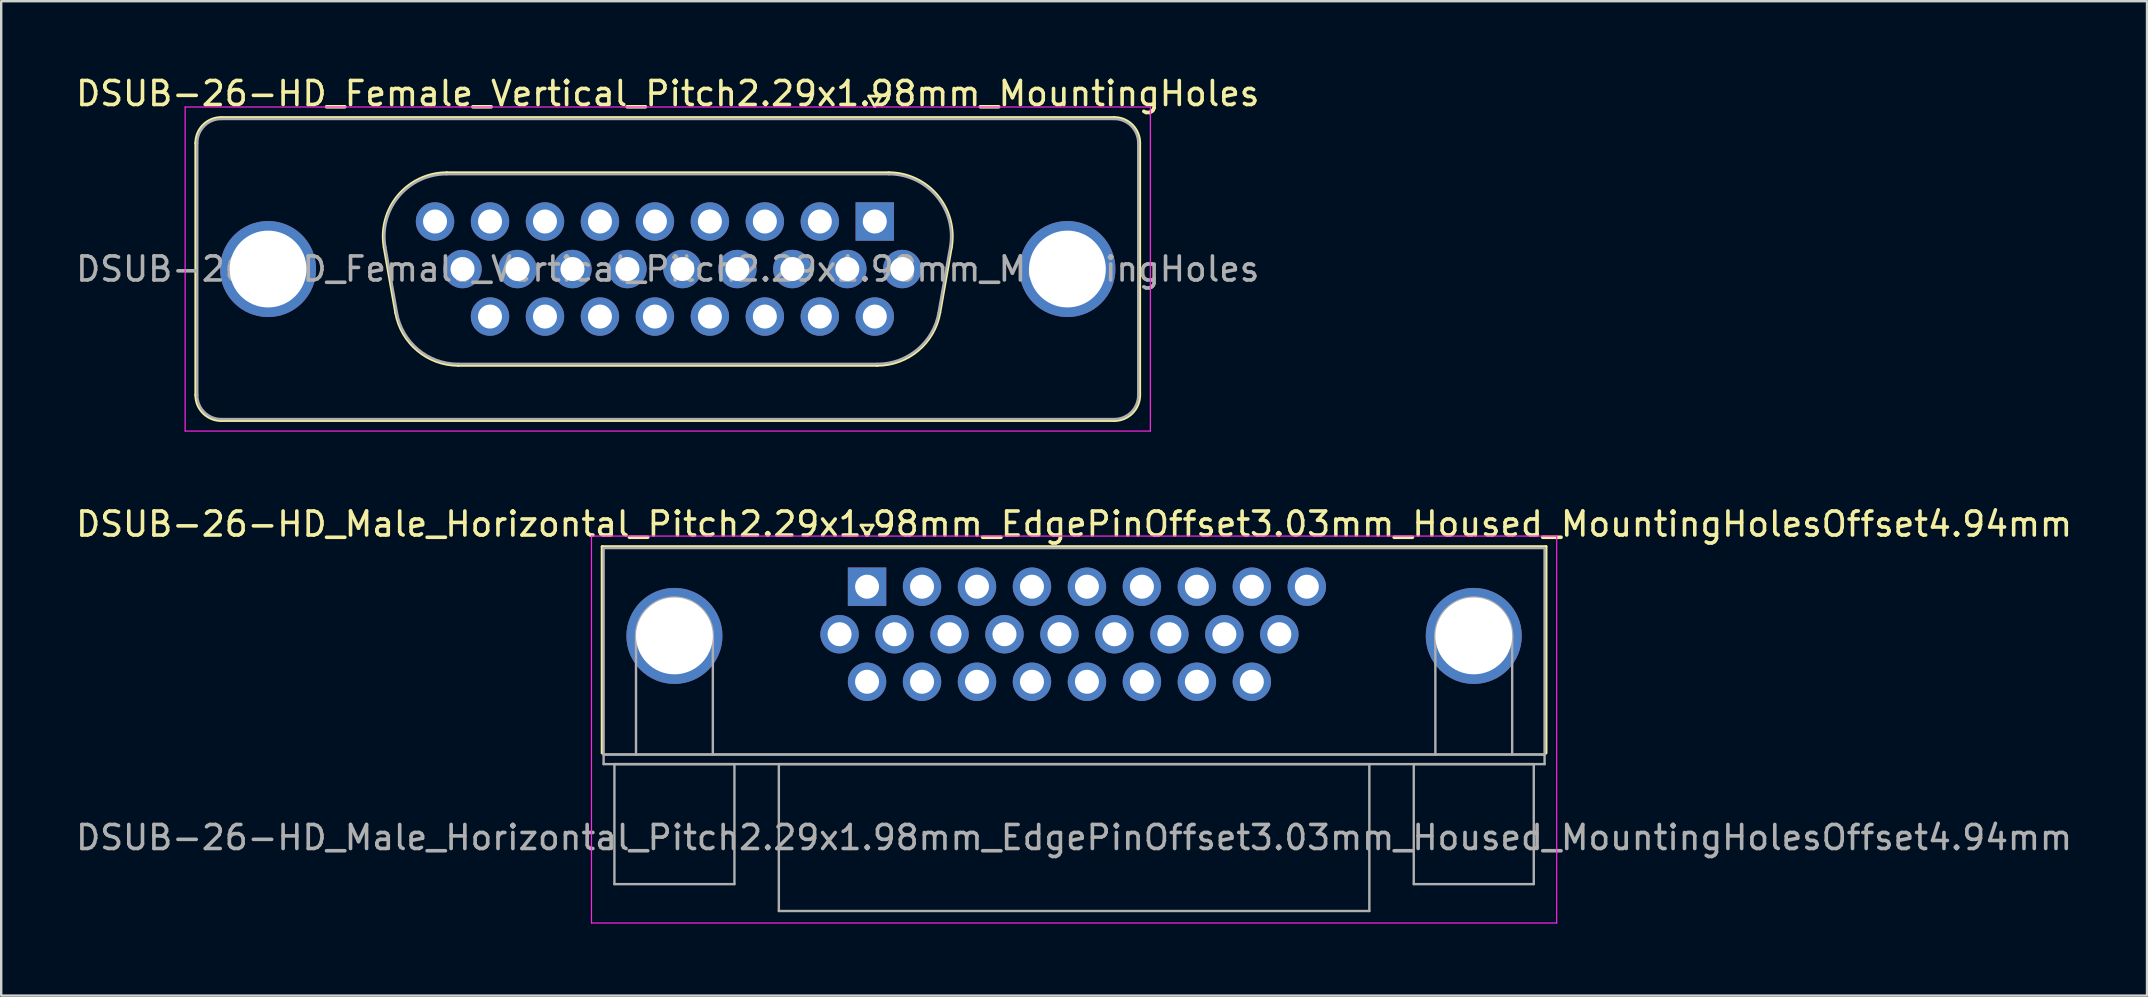
<source format=kicad_pcb>
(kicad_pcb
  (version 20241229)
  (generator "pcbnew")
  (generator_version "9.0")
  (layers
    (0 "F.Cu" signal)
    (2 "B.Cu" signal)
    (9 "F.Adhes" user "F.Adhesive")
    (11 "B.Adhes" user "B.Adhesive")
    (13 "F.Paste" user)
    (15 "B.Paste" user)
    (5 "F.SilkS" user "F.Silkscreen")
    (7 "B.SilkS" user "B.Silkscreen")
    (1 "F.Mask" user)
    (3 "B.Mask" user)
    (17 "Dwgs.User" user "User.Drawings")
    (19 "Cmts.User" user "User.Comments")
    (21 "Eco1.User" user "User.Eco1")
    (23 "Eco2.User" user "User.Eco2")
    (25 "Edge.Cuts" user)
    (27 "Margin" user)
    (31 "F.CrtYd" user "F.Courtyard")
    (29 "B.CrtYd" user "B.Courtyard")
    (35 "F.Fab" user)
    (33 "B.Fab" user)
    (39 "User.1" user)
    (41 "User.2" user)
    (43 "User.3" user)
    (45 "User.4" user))
  (footprint "DSUB-26-HD_Female_Vertical_Pitch2.29x1.98mm_MountingHoles"
    (layer "F.Cu")
    (at 33.393 6.178)
    (property "Reference" "DSUB-26-HD_Female_Vertical_Pitch2.29x1.98mm_MountingHoles" (at -8.625 -5.33 0) (layer "F.SilkS") (effects (font (size 1 1) (thickness 0.15))))
    (attr through_hole)
    (fp_line (start -28.285 7.23) (end -28.285 -3.27) (stroke (width 0.12) (type solid)) (layer "F.SilkS"))
    (fp_line (start -27.225 -4.33) (end 9.975 -4.33) (stroke (width 0.12) (type solid)) (layer "F.SilkS"))
    (fp_line (start -20.437 1.08) (end -19.957 3.8) (stroke (width 0.12) (type solid)) (layer "F.SilkS"))
    (fp_line (start -17.827 -2.03) (end 0.577 -2.03) (stroke (width 0.12) (type solid)) (layer "F.SilkS"))
    (fp_line (start -17.347 5.99) (end 0.097 5.99) (stroke (width 0.12) (type solid)) (layer "F.SilkS"))
    (fp_line (start -0.25 -5.224) (end 0.25 -5.224) (stroke (width 0.12) (type solid)) (layer "F.SilkS"))
    (fp_line (start 0 -4.791) (end -0.25 -5.224) (stroke (width 0.12) (type solid)) (layer "F.SilkS"))
    (fp_line (start 0.25 -5.224) (end 0 -4.791) (stroke (width 0.12) (type solid)) (layer "F.SilkS"))
    (fp_line (start 3.187 1.08) (end 2.707 3.8) (stroke (width 0.12) (type solid)) (layer "F.SilkS"))
    (fp_line (start 9.975 8.29) (end -27.225 8.29) (stroke (width 0.12) (type solid)) (layer "F.SilkS"))
    (fp_line (start 11.035 -3.27) (end 11.035 7.23) (stroke (width 0.12) (type solid)) (layer "F.SilkS"))
    (fp_arc (start -28.285 -3.27) (mid -27.974533 -4.019533) (end -27.225 -4.33) (stroke (width 0.12) (type solid)) (layer "F.SilkS"))
    (fp_arc (start -27.225 8.29) (mid -27.974533 7.979533) (end -28.285 7.23) (stroke (width 0.12) (type solid)) (layer "F.SilkS"))
    (fp_arc (start -20.436594 1.080168) (mid -19.856871 -1.083387) (end -17.826853 -2.03) (stroke (width 0.12) (type solid)) (layer "F.SilkS"))
    (fp_arc (start -17.347244 5.99) (mid -19.050631 5.370018) (end -19.956985 3.800168) (stroke (width 0.12) (type solid)) (layer "F.SilkS"))
    (fp_arc (start 0.576853 -2.03) (mid 2.606871 -1.083387) (end 3.186594 1.080168) (stroke (width 0.12) (type solid)) (layer "F.SilkS"))
    (fp_arc (start 2.706985 3.800168) (mid 1.800631 5.370018) (end 0.097244 5.99) (stroke (width 0.12) (type solid)) (layer "F.SilkS"))
    (fp_arc (start 9.975 -4.33) (mid 10.724533 -4.019533) (end 11.035 -3.27) (stroke (width 0.12) (type solid)) (layer "F.SilkS"))
    (fp_arc (start 11.035 7.23) (mid 10.724533 7.979533) (end 9.975 8.29) (stroke (width 0.12) (type solid)) (layer "F.SilkS"))
    (fp_line (start -28.73 -4.77) (end -28.73 8.73) (stroke (width 0.05) (type solid)) (layer "F.CrtYd"))
    (fp_line (start -28.73 8.73) (end 11.48 8.73) (stroke (width 0.05) (type solid)) (layer "F.CrtYd"))
    (fp_line (start 11.48 -4.77) (end -28.73 -4.77) (stroke (width 0.05) (type solid)) (layer "F.CrtYd"))
    (fp_line (start 11.48 8.73) (end 11.48 -4.77) (stroke (width 0.05) (type solid)) (layer "F.CrtYd"))
    (fp_line (start -28.225 7.23) (end -28.225 -3.27) (stroke (width 0.1) (type solid)) (layer "F.Fab"))
    (fp_line (start -27.225 -4.27) (end 9.975 -4.27) (stroke (width 0.1) (type solid)) (layer "F.Fab"))
    (fp_line (start -20.389 1.07) (end -19.909 3.79) (stroke (width 0.1) (type solid)) (layer "F.Fab"))
    (fp_line (start -17.838 -1.97) (end 0.588 -1.97) (stroke (width 0.1) (type solid)) (layer "F.Fab"))
    (fp_line (start -17.359 5.93) (end 0.109 5.93) (stroke (width 0.1) (type solid)) (layer "F.Fab"))
    (fp_line (start 3.139 1.07) (end 2.659 3.79) (stroke (width 0.1) (type solid)) (layer "F.Fab"))
    (fp_line (start 9.975 8.23) (end -27.225 8.23) (stroke (width 0.1) (type solid)) (layer "F.Fab"))
    (fp_line (start 10.975 -3.27) (end 10.975 7.23) (stroke (width 0.1) (type solid)) (layer "F.Fab"))
    (fp_arc (start -28.225 -3.27) (mid -27.932107 -3.977107) (end -27.225 -4.27) (stroke (width 0.1) (type solid)) (layer "F.Fab"))
    (fp_arc (start -27.225 8.23) (mid -27.932107 7.937107) (end -28.225 7.23) (stroke (width 0.1) (type solid)) (layer "F.Fab"))
    (fp_arc (start -20.38901 1.069749) (mid -19.822413 -1.04482) (end -17.838358 -1.97) (stroke (width 0.1) (type solid)) (layer "F.Fab"))
    (fp_arc (start -17.358749 5.93) (mid -19.023569 5.324055) (end -19.909401 3.789749) (stroke (width 0.1) (type solid)) (layer "F.Fab"))
    (fp_arc (start 0.588358 -1.97) (mid 2.572413 -1.04482) (end 3.13901 1.069749) (stroke (width 0.1) (type solid)) (layer "F.Fab"))
    (fp_arc (start 2.659401 3.789749) (mid 1.773569 5.324055) (end 0.108749 5.93) (stroke (width 0.1) (type solid)) (layer "F.Fab"))
    (fp_arc (start 9.975 -4.27) (mid 10.682107 -3.977107) (end 10.975 -3.27) (stroke (width 0.1) (type solid)) (layer "F.Fab"))
    (fp_arc (start 10.975 7.23) (mid 10.682107 7.937107) (end 9.975 8.23) (stroke (width 0.1) (type solid)) (layer "F.Fab"))
    (fp_text user "${REFERENCE}" (at -8.625 1.98 0) (layer "F.Fab") (effects (font (size 1 1) (thickness 0.15))))
    (pad "0" thru_hole circle (at -25.275 1.98) (size 4 4) (drill 3.2) (layers "*.Cu" "*.Mask"))
    (pad "0" thru_hole circle (at 8.025 1.98) (size 4 4) (drill 3.2) (layers "*.Cu" "*.Mask"))
    (pad "1" thru_hole rect (at 0 0) (size 1.6 1.6) (drill 1) (layers "*.Cu" "*.Mask"))
    (pad "2" thru_hole circle (at -2.29 0) (size 1.6 1.6) (drill 1) (layers "*.Cu" "*.Mask"))
    (pad "3" thru_hole circle (at -4.58 0) (size 1.6 1.6) (drill 1) (layers "*.Cu" "*.Mask"))
    (pad "4" thru_hole circle (at -6.87 0) (size 1.6 1.6) (drill 1) (layers "*.Cu" "*.Mask"))
    (pad "5" thru_hole circle (at -9.16 0) (size 1.6 1.6) (drill 1) (layers "*.Cu" "*.Mask"))
    (pad "6" thru_hole circle (at -11.45 0) (size 1.6 1.6) (drill 1) (layers "*.Cu" "*.Mask"))
    (pad "7" thru_hole circle (at -13.74 0) (size 1.6 1.6) (drill 1) (layers "*.Cu" "*.Mask"))
    (pad "8" thru_hole circle (at -16.03 0) (size 1.6 1.6) (drill 1) (layers "*.Cu" "*.Mask"))
    (pad "9" thru_hole circle (at -18.32 0) (size 1.6 1.6) (drill 1) (layers "*.Cu" "*.Mask"))
    (pad "10" thru_hole circle (at 1.145 1.98) (size 1.6 1.6) (drill 1) (layers "*.Cu" "*.Mask"))
    (pad "11" thru_hole circle (at -1.145 1.98) (size 1.6 1.6) (drill 1) (layers "*.Cu" "*.Mask"))
    (pad "12" thru_hole circle (at -3.435 1.98) (size 1.6 1.6) (drill 1) (layers "*.Cu" "*.Mask"))
    (pad "13" thru_hole circle (at -5.725 1.98) (size 1.6 1.6) (drill 1) (layers "*.Cu" "*.Mask"))
    (pad "14" thru_hole circle (at -8.015 1.98) (size 1.6 1.6) (drill 1) (layers "*.Cu" "*.Mask"))
    (pad "15" thru_hole circle (at -10.305 1.98) (size 1.6 1.6) (drill 1) (layers "*.Cu" "*.Mask"))
    (pad "16" thru_hole circle (at -12.595 1.98) (size 1.6 1.6) (drill 1) (layers "*.Cu" "*.Mask"))
    (pad "17" thru_hole circle (at -14.885 1.98) (size 1.6 1.6) (drill 1) (layers "*.Cu" "*.Mask"))
    (pad "18" thru_hole circle (at -17.175 1.98) (size 1.6 1.6) (drill 1) (layers "*.Cu" "*.Mask"))
    (pad "19" thru_hole circle (at 0 3.96) (size 1.6 1.6) (drill 1) (layers "*.Cu" "*.Mask"))
    (pad "20" thru_hole circle (at -2.29 3.96) (size 1.6 1.6) (drill 1) (layers "*.Cu" "*.Mask"))
    (pad "21" thru_hole circle (at -4.58 3.96) (size 1.6 1.6) (drill 1) (layers "*.Cu" "*.Mask"))
    (pad "22" thru_hole circle (at -6.87 3.96) (size 1.6 1.6) (drill 1) (layers "*.Cu" "*.Mask"))
    (pad "23" thru_hole circle (at -9.16 3.96) (size 1.6 1.6) (drill 1) (layers "*.Cu" "*.Mask"))
    (pad "24" thru_hole circle (at -11.45 3.96) (size 1.6 1.6) (drill 1) (layers "*.Cu" "*.Mask"))
    (pad "25" thru_hole circle (at -13.74 3.96) (size 1.6 1.6) (drill 1) (layers "*.Cu" "*.Mask"))
    (pad "26" thru_hole circle (at -16.03 3.96) (size 1.6 1.6) (drill 1) (layers "*.Cu" "*.Mask")))
  (footprint "DSUB-26-HD_Male_Horizontal_Pitch2.29x1.98mm_EdgePinOffset3.03mm_Housed_MountingHolesOffset4.94mm"
    (layer "F.Cu")
    (at 33.071 21.392)
    (property "Reference" "DSUB-26-HD_Male_Horizontal_Pitch2.29x1.98mm_EdgePinOffset3.03mm_Housed_MountingHolesOffset4.94mm" (at 8.625 -2.61 0) (layer "F.SilkS") (effects (font (size 1 1) (thickness 0.15))))
    (attr through_hole)
    (fp_line (start -11.035 -1.67) (end 28.285 -1.67) (stroke (width 0.12) (type solid)) (layer "F.SilkS"))
    (fp_line (start -11.035 6.93) (end -11.035 -1.67) (stroke (width 0.12) (type solid)) (layer "F.SilkS"))
    (fp_line (start -0.25 -2.564) (end 0.25 -2.564) (stroke (width 0.12) (type solid)) (layer "F.SilkS"))
    (fp_line (start 0 -2.131) (end -0.25 -2.564) (stroke (width 0.12) (type solid)) (layer "F.SilkS"))
    (fp_line (start 0.25 -2.564) (end 0 -2.131) (stroke (width 0.12) (type solid)) (layer "F.SilkS"))
    (fp_line (start 28.285 -1.67) (end 28.285 6.93) (stroke (width 0.12) (type solid)) (layer "F.SilkS"))
    (fp_line (start -11.48 -2.11) (end -11.48 14.01) (stroke (width 0.05) (type solid)) (layer "F.CrtYd"))
    (fp_line (start -11.48 14.01) (end 28.73 14.01) (stroke (width 0.05) (type solid)) (layer "F.CrtYd"))
    (fp_line (start 28.73 -2.11) (end -11.48 -2.11) (stroke (width 0.05) (type solid)) (layer "F.CrtYd"))
    (fp_line (start 28.73 14.01) (end 28.73 -2.11) (stroke (width 0.05) (type solid)) (layer "F.CrtYd"))
    (fp_line (start -10.975 -1.61) (end -10.975 6.99) (stroke (width 0.1) (type solid)) (layer "F.Fab"))
    (fp_line (start -10.975 6.99) (end -10.975 7.39) (stroke (width 0.1) (type solid)) (layer "F.Fab"))
    (fp_line (start -10.975 6.99) (end 28.225 6.99) (stroke (width 0.1) (type solid)) (layer "F.Fab"))
    (fp_line (start -10.975 7.39) (end 28.225 7.39) (stroke (width 0.1) (type solid)) (layer "F.Fab"))
    (fp_line (start -10.525 7.39) (end -10.525 12.39) (stroke (width 0.1) (type solid)) (layer "F.Fab"))
    (fp_line (start -10.525 12.39) (end -5.525 12.39) (stroke (width 0.1) (type solid)) (layer "F.Fab"))
    (fp_line (start -9.625 6.99) (end -9.625 2.05) (stroke (width 0.1) (type solid)) (layer "F.Fab"))
    (fp_line (start -6.425 6.99) (end -6.425 2.05) (stroke (width 0.1) (type solid)) (layer "F.Fab"))
    (fp_line (start -5.525 7.39) (end -10.525 7.39) (stroke (width 0.1) (type solid)) (layer "F.Fab"))
    (fp_line (start -5.525 12.39) (end -5.525 7.39) (stroke (width 0.1) (type solid)) (layer "F.Fab"))
    (fp_line (start -3.675 7.39) (end -3.675 13.51) (stroke (width 0.1) (type solid)) (layer "F.Fab"))
    (fp_line (start -3.675 13.51) (end 20.925 13.51) (stroke (width 0.1) (type solid)) (layer "F.Fab"))
    (fp_line (start 20.925 7.39) (end -3.675 7.39) (stroke (width 0.1) (type solid)) (layer "F.Fab"))
    (fp_line (start 20.925 13.51) (end 20.925 7.39) (stroke (width 0.1) (type solid)) (layer "F.Fab"))
    (fp_line (start 22.775 7.39) (end 22.775 12.39) (stroke (width 0.1) (type solid)) (layer "F.Fab"))
    (fp_line (start 22.775 12.39) (end 27.775 12.39) (stroke (width 0.1) (type solid)) (layer "F.Fab"))
    (fp_line (start 23.675 6.99) (end 23.675 2.05) (stroke (width 0.1) (type solid)) (layer "F.Fab"))
    (fp_line (start 26.875 6.99) (end 26.875 2.05) (stroke (width 0.1) (type solid)) (layer "F.Fab"))
    (fp_line (start 27.775 7.39) (end 22.775 7.39) (stroke (width 0.1) (type solid)) (layer "F.Fab"))
    (fp_line (start 27.775 12.39) (end 27.775 7.39) (stroke (width 0.1) (type solid)) (layer "F.Fab"))
    (fp_line (start 28.225 -1.61) (end -10.975 -1.61) (stroke (width 0.1) (type solid)) (layer "F.Fab"))
    (fp_line (start 28.225 6.99) (end -10.975 6.99) (stroke (width 0.1) (type solid)) (layer "F.Fab"))
    (fp_line (start 28.225 6.99) (end 28.225 -1.61) (stroke (width 0.1) (type solid)) (layer "F.Fab"))
    (fp_line (start 28.225 7.39) (end 28.225 6.99) (stroke (width 0.1) (type solid)) (layer "F.Fab"))
    (fp_arc (start -9.625 2.05) (mid -8.025 0.45) (end -6.425 2.05) (stroke (width 0.1) (type solid)) (layer "F.Fab"))
    (fp_arc (start 23.675 2.05) (mid 25.275 0.45) (end 26.875 2.05) (stroke (width 0.1) (type solid)) (layer "F.Fab"))
    (fp_text user "${REFERENCE}" (at 8.625 10.45 0) (layer "F.Fab") (effects (font (size 1 1) (thickness 0.15))))
    (pad "0" thru_hole circle (at -8.025 2.05) (size 4 4) (drill 3.2) (layers "*.Cu" "*.Mask"))
    (pad "0" thru_hole circle (at 25.275 2.05) (size 4 4) (drill 3.2) (layers "*.Cu" "*.Mask"))
    (pad "1" thru_hole rect (at 0 0) (size 1.6 1.6) (drill 1) (layers "*.Cu" "*.Mask"))
    (pad "2" thru_hole circle (at 2.29 0) (size 1.6 1.6) (drill 1) (layers "*.Cu" "*.Mask"))
    (pad "3" thru_hole circle (at 4.58 0) (size 1.6 1.6) (drill 1) (layers "*.Cu" "*.Mask"))
    (pad "4" thru_hole circle (at 6.87 0) (size 1.6 1.6) (drill 1) (layers "*.Cu" "*.Mask"))
    (pad "5" thru_hole circle (at 9.16 0) (size 1.6 1.6) (drill 1) (layers "*.Cu" "*.Mask"))
    (pad "6" thru_hole circle (at 11.45 0) (size 1.6 1.6) (drill 1) (layers "*.Cu" "*.Mask"))
    (pad "7" thru_hole circle (at 13.74 0) (size 1.6 1.6) (drill 1) (layers "*.Cu" "*.Mask"))
    (pad "8" thru_hole circle (at 16.03 0) (size 1.6 1.6) (drill 1) (layers "*.Cu" "*.Mask"))
    (pad "9" thru_hole circle (at 18.32 0) (size 1.6 1.6) (drill 1) (layers "*.Cu" "*.Mask"))
    (pad "10" thru_hole circle (at -1.145 1.98) (size 1.6 1.6) (drill 1) (layers "*.Cu" "*.Mask"))
    (pad "11" thru_hole circle (at 1.145 1.98) (size 1.6 1.6) (drill 1) (layers "*.Cu" "*.Mask"))
    (pad "12" thru_hole circle (at 3.435 1.98) (size 1.6 1.6) (drill 1) (layers "*.Cu" "*.Mask"))
    (pad "13" thru_hole circle (at 5.725 1.98) (size 1.6 1.6) (drill 1) (layers "*.Cu" "*.Mask"))
    (pad "14" thru_hole circle (at 8.015 1.98) (size 1.6 1.6) (drill 1) (layers "*.Cu" "*.Mask"))
    (pad "15" thru_hole circle (at 10.305 1.98) (size 1.6 1.6) (drill 1) (layers "*.Cu" "*.Mask"))
    (pad "16" thru_hole circle (at 12.595 1.98) (size 1.6 1.6) (drill 1) (layers "*.Cu" "*.Mask"))
    (pad "17" thru_hole circle (at 14.885 1.98) (size 1.6 1.6) (drill 1) (layers "*.Cu" "*.Mask"))
    (pad "18" thru_hole circle (at 17.175 1.98) (size 1.6 1.6) (drill 1) (layers "*.Cu" "*.Mask"))
    (pad "19" thru_hole circle (at 0 3.96) (size 1.6 1.6) (drill 1) (layers "*.Cu" "*.Mask"))
    (pad "20" thru_hole circle (at 2.29 3.96) (size 1.6 1.6) (drill 1) (layers "*.Cu" "*.Mask"))
    (pad "21" thru_hole circle (at 4.58 3.96) (size 1.6 1.6) (drill 1) (layers "*.Cu" "*.Mask"))
    (pad "22" thru_hole circle (at 6.87 3.96) (size 1.6 1.6) (drill 1) (layers "*.Cu" "*.Mask"))
    (pad "23" thru_hole circle (at 9.16 3.96) (size 1.6 1.6) (drill 1) (layers "*.Cu" "*.Mask"))
    (pad "24" thru_hole circle (at 11.45 3.96) (size 1.6 1.6) (drill 1) (layers "*.Cu" "*.Mask"))
    (pad "25" thru_hole circle (at 13.74 3.96) (size 1.6 1.6) (drill 1) (layers "*.Cu" "*.Mask"))
    (pad "26" thru_hole circle (at 16.03 3.96) (size 1.6 1.6) (drill 1) (layers "*.Cu" "*.Mask")))
  (gr_rect
    (start -3 -3)
    (end 86.393 38.426)
    (stroke (width 0.1) (type default))
    (fill no)
    (layer "Edge.Cuts")))
</source>
